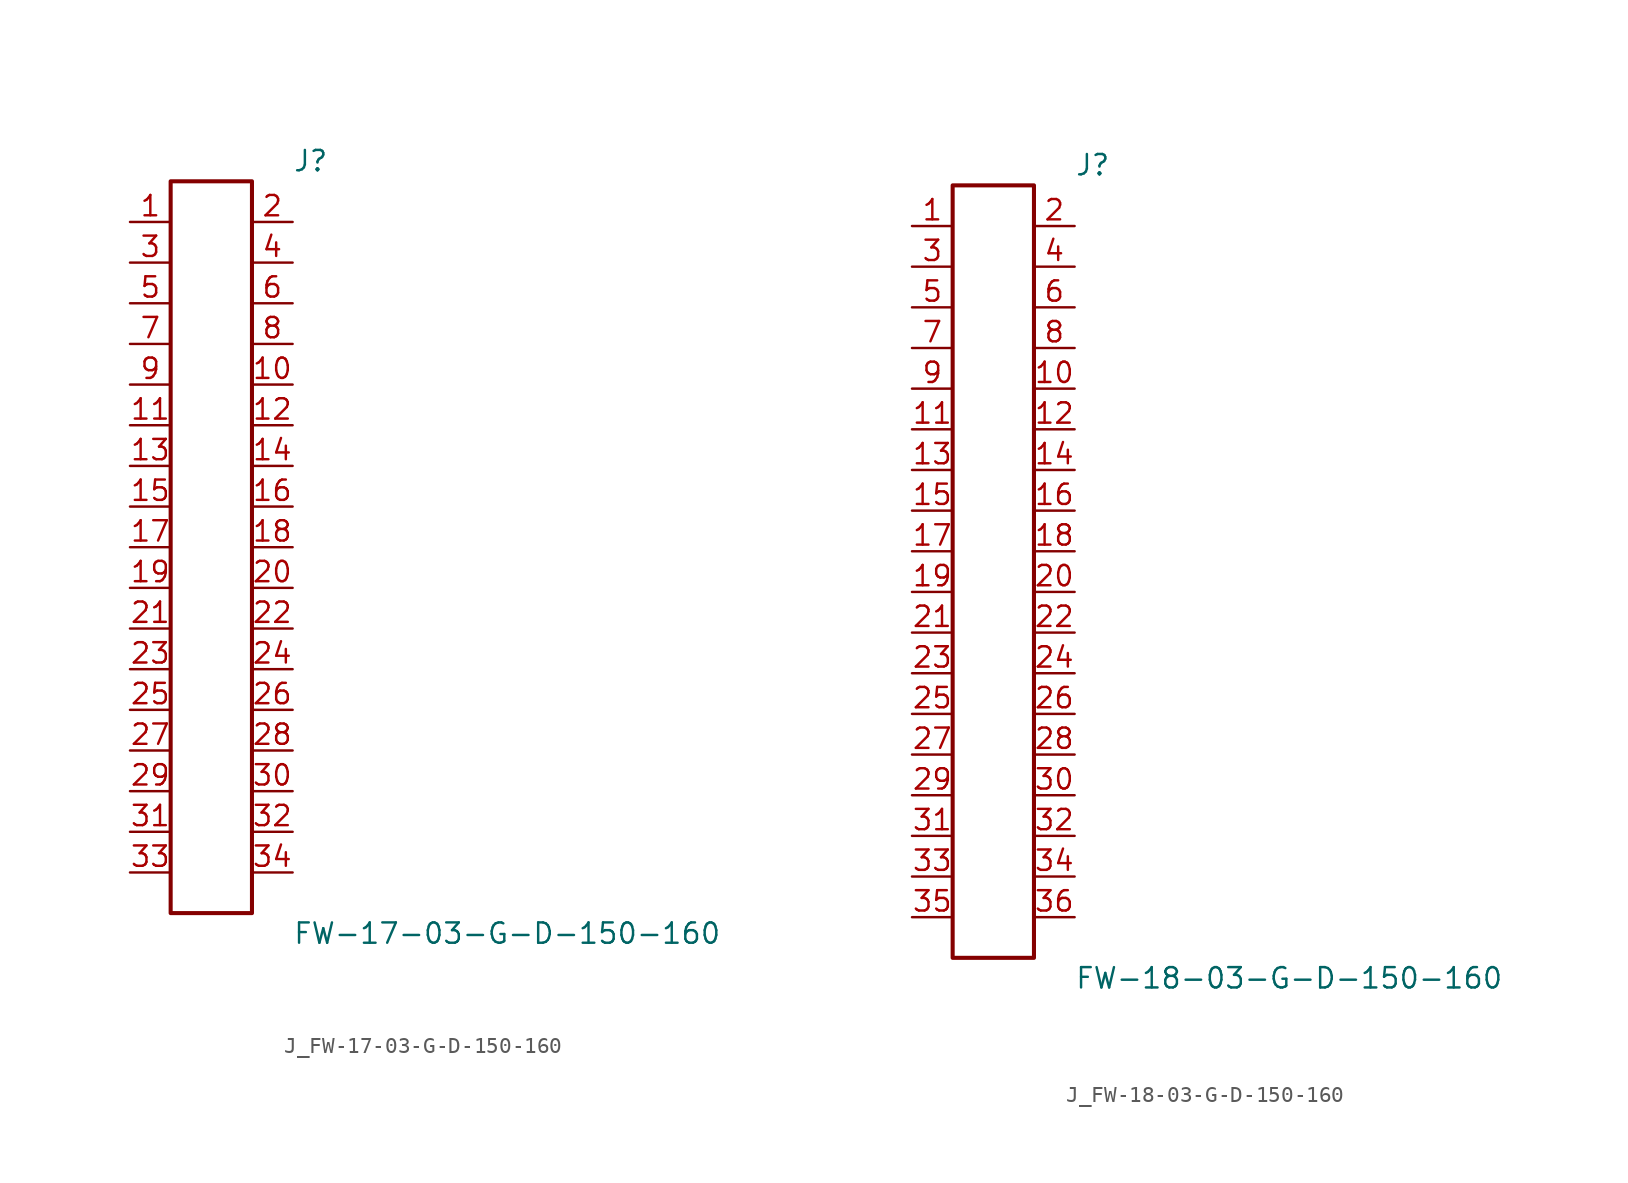
<source format=kicad_sym>
(kicad_symbol_lib
  (version 20231120)
  (generator kicad_symbol_editor)
  (generator_version 8.0)
  (symbol "J_FW-17-03-G-D-150-160"
    (pin_names
      (offset 0.254))
    (property "Reference" "J"
      (at 5.08 24.13 0)
      (effects (font (size 1.27 1.27)) (justify left)))
    (property "Value" "FW-17-03-G-D-150-160"
      (at 5.08 -24.13 0)
      (effects (font (size 1.27 1.27)) (justify left)))
    (symbol "J_FW-17-03-G-D-150-160_0_0"
      (pin passive line (at -5.08 20.32 0) (length 2.54) (name "" (effects (font (size 1.27 1.27)))) (number "1" (effects (font (size 1.27 1.27)))))
      (pin passive line (at 5.08 20.32 180) (length 2.54) (name "" (effects (font (size 1.27 1.27)))) (number "2" (effects (font (size 1.27 1.27)))))
      (pin passive line (at -5.08 17.78 0) (length 2.54) (name "" (effects (font (size 1.27 1.27)))) (number "3" (effects (font (size 1.27 1.27)))))
      (pin passive line (at 5.08 17.78 180) (length 2.54) (name "" (effects (font (size 1.27 1.27)))) (number "4" (effects (font (size 1.27 1.27)))))
      (pin passive line (at -5.08 15.24 0) (length 2.54) (name "" (effects (font (size 1.27 1.27)))) (number "5" (effects (font (size 1.27 1.27)))))
      (pin passive line (at 5.08 15.24 180) (length 2.54) (name "" (effects (font (size 1.27 1.27)))) (number "6" (effects (font (size 1.27 1.27)))))
      (pin passive line (at -5.08 12.7 0) (length 2.54) (name "" (effects (font (size 1.27 1.27)))) (number "7" (effects (font (size 1.27 1.27)))))
      (pin passive line (at 5.08 12.7 180) (length 2.54) (name "" (effects (font (size 1.27 1.27)))) (number "8" (effects (font (size 1.27 1.27)))))
      (pin passive line (at -5.08 10.16 0) (length 2.54) (name "" (effects (font (size 1.27 1.27)))) (number "9" (effects (font (size 1.27 1.27)))))
      (pin passive line (at 5.08 10.16 180) (length 2.54) (name "" (effects (font (size 1.27 1.27)))) (number "10" (effects (font (size 1.27 1.27)))))
      (pin passive line (at -5.08 7.62 0) (length 2.54) (name "" (effects (font (size 1.27 1.27)))) (number "11" (effects (font (size 1.27 1.27)))))
      (pin passive line (at 5.08 7.62 180) (length 2.54) (name "" (effects (font (size 1.27 1.27)))) (number "12" (effects (font (size 1.27 1.27)))))
      (pin passive line (at -5.08 5.08 0) (length 2.54) (name "" (effects (font (size 1.27 1.27)))) (number "13" (effects (font (size 1.27 1.27)))))
      (pin passive line (at 5.08 5.08 180) (length 2.54) (name "" (effects (font (size 1.27 1.27)))) (number "14" (effects (font (size 1.27 1.27)))))
      (pin passive line (at -5.08 2.54 0) (length 2.54) (name "" (effects (font (size 1.27 1.27)))) (number "15" (effects (font (size 1.27 1.27)))))
      (pin passive line (at 5.08 2.54 180) (length 2.54) (name "" (effects (font (size 1.27 1.27)))) (number "16" (effects (font (size 1.27 1.27)))))
      (pin passive line (at -5.08 0.0 0) (length 2.54) (name "" (effects (font (size 1.27 1.27)))) (number "17" (effects (font (size 1.27 1.27)))))
      (pin passive line (at 5.08 0.0 180) (length 2.54) (name "" (effects (font (size 1.27 1.27)))) (number "18" (effects (font (size 1.27 1.27)))))
      (pin passive line (at -5.08 -2.54 0) (length 2.54) (name "" (effects (font (size 1.27 1.27)))) (number "19" (effects (font (size 1.27 1.27)))))
      (pin passive line (at 5.08 -2.54 180) (length 2.54) (name "" (effects (font (size 1.27 1.27)))) (number "20" (effects (font (size 1.27 1.27)))))
      (pin passive line (at -5.08 -5.08 0) (length 2.54) (name "" (effects (font (size 1.27 1.27)))) (number "21" (effects (font (size 1.27 1.27)))))
      (pin passive line (at 5.08 -5.08 180) (length 2.54) (name "" (effects (font (size 1.27 1.27)))) (number "22" (effects (font (size 1.27 1.27)))))
      (pin passive line (at -5.08 -7.62 0) (length 2.54) (name "" (effects (font (size 1.27 1.27)))) (number "23" (effects (font (size 1.27 1.27)))))
      (pin passive line (at 5.08 -7.62 180) (length 2.54) (name "" (effects (font (size 1.27 1.27)))) (number "24" (effects (font (size 1.27 1.27)))))
      (pin passive line (at -5.08 -10.16 0) (length 2.54) (name "" (effects (font (size 1.27 1.27)))) (number "25" (effects (font (size 1.27 1.27)))))
      (pin passive line (at 5.08 -10.16 180) (length 2.54) (name "" (effects (font (size 1.27 1.27)))) (number "26" (effects (font (size 1.27 1.27)))))
      (pin passive line (at -5.08 -12.7 0) (length 2.54) (name "" (effects (font (size 1.27 1.27)))) (number "27" (effects (font (size 1.27 1.27)))))
      (pin passive line (at 5.08 -12.7 180) (length 2.54) (name "" (effects (font (size 1.27 1.27)))) (number "28" (effects (font (size 1.27 1.27)))))
      (pin passive line (at -5.08 -15.24 0) (length 2.54) (name "" (effects (font (size 1.27 1.27)))) (number "29" (effects (font (size 1.27 1.27)))))
      (pin passive line (at 5.08 -15.24 180) (length 2.54) (name "" (effects (font (size 1.27 1.27)))) (number "30" (effects (font (size 1.27 1.27)))))
      (pin passive line (at -5.08 -17.78 0) (length 2.54) (name "" (effects (font (size 1.27 1.27)))) (number "31" (effects (font (size 1.27 1.27)))))
      (pin passive line (at 5.08 -17.78 180) (length 2.54) (name "" (effects (font (size 1.27 1.27)))) (number "32" (effects (font (size 1.27 1.27)))))
      (pin passive line (at -5.08 -20.32 0) (length 2.54) (name "" (effects (font (size 1.27 1.27)))) (number "33" (effects (font (size 1.27 1.27)))))
      (pin passive line (at 5.08 -20.32 180) (length 2.54) (name "" (effects (font (size 1.27 1.27)))) (number "34" (effects (font (size 1.27 1.27))))))
    (symbol "J_FW-17-03-G-D-150-160_1_0"
      (rectangle (start -2.54 22.86) (end 2.54 -22.86) (stroke (width 0.254) (type solid)) (fill (type none)))))
  (symbol "J_FW-18-03-G-D-150-160"
    (pin_names
      (offset 0.254))
    (property "Reference" "J"
      (at 5.08 25.4 0)
      (effects (font (size 1.27 1.27)) (justify left)))
    (property "Value" "FW-18-03-G-D-150-160"
      (at 5.08 -25.4 0)
      (effects (font (size 1.27 1.27)) (justify left)))
    (symbol "J_FW-18-03-G-D-150-160_0_0"
      (pin passive line (at -5.08 21.59 0) (length 2.54) (name "" (effects (font (size 1.27 1.27)))) (number "1" (effects (font (size 1.27 1.27)))))
      (pin passive line (at 5.08 21.59 180) (length 2.54) (name "" (effects (font (size 1.27 1.27)))) (number "2" (effects (font (size 1.27 1.27)))))
      (pin passive line (at -5.08 19.05 0) (length 2.54) (name "" (effects (font (size 1.27 1.27)))) (number "3" (effects (font (size 1.27 1.27)))))
      (pin passive line (at 5.08 19.05 180) (length 2.54) (name "" (effects (font (size 1.27 1.27)))) (number "4" (effects (font (size 1.27 1.27)))))
      (pin passive line (at -5.08 16.51 0) (length 2.54) (name "" (effects (font (size 1.27 1.27)))) (number "5" (effects (font (size 1.27 1.27)))))
      (pin passive line (at 5.08 16.51 180) (length 2.54) (name "" (effects (font (size 1.27 1.27)))) (number "6" (effects (font (size 1.27 1.27)))))
      (pin passive line (at -5.08 13.97 0) (length 2.54) (name "" (effects (font (size 1.27 1.27)))) (number "7" (effects (font (size 1.27 1.27)))))
      (pin passive line (at 5.08 13.97 180) (length 2.54) (name "" (effects (font (size 1.27 1.27)))) (number "8" (effects (font (size 1.27 1.27)))))
      (pin passive line (at -5.08 11.43 0) (length 2.54) (name "" (effects (font (size 1.27 1.27)))) (number "9" (effects (font (size 1.27 1.27)))))
      (pin passive line (at 5.08 11.43 180) (length 2.54) (name "" (effects (font (size 1.27 1.27)))) (number "10" (effects (font (size 1.27 1.27)))))
      (pin passive line (at -5.08 8.89 0) (length 2.54) (name "" (effects (font (size 1.27 1.27)))) (number "11" (effects (font (size 1.27 1.27)))))
      (pin passive line (at 5.08 8.89 180) (length 2.54) (name "" (effects (font (size 1.27 1.27)))) (number "12" (effects (font (size 1.27 1.27)))))
      (pin passive line (at -5.08 6.35 0) (length 2.54) (name "" (effects (font (size 1.27 1.27)))) (number "13" (effects (font (size 1.27 1.27)))))
      (pin passive line (at 5.08 6.35 180) (length 2.54) (name "" (effects (font (size 1.27 1.27)))) (number "14" (effects (font (size 1.27 1.27)))))
      (pin passive line (at -5.08 3.81 0) (length 2.54) (name "" (effects (font (size 1.27 1.27)))) (number "15" (effects (font (size 1.27 1.27)))))
      (pin passive line (at 5.08 3.81 180) (length 2.54) (name "" (effects (font (size 1.27 1.27)))) (number "16" (effects (font (size 1.27 1.27)))))
      (pin passive line (at -5.08 1.27 0) (length 2.54) (name "" (effects (font (size 1.27 1.27)))) (number "17" (effects (font (size 1.27 1.27)))))
      (pin passive line (at 5.08 1.27 180) (length 2.54) (name "" (effects (font (size 1.27 1.27)))) (number "18" (effects (font (size 1.27 1.27)))))
      (pin passive line (at -5.08 -1.27 0) (length 2.54) (name "" (effects (font (size 1.27 1.27)))) (number "19" (effects (font (size 1.27 1.27)))))
      (pin passive line (at 5.08 -1.27 180) (length 2.54) (name "" (effects (font (size 1.27 1.27)))) (number "20" (effects (font (size 1.27 1.27)))))
      (pin passive line (at -5.08 -3.81 0) (length 2.54) (name "" (effects (font (size 1.27 1.27)))) (number "21" (effects (font (size 1.27 1.27)))))
      (pin passive line (at 5.08 -3.81 180) (length 2.54) (name "" (effects (font (size 1.27 1.27)))) (number "22" (effects (font (size 1.27 1.27)))))
      (pin passive line (at -5.08 -6.35 0) (length 2.54) (name "" (effects (font (size 1.27 1.27)))) (number "23" (effects (font (size 1.27 1.27)))))
      (pin passive line (at 5.08 -6.35 180) (length 2.54) (name "" (effects (font (size 1.27 1.27)))) (number "24" (effects (font (size 1.27 1.27)))))
      (pin passive line (at -5.08 -8.89 0) (length 2.54) (name "" (effects (font (size 1.27 1.27)))) (number "25" (effects (font (size 1.27 1.27)))))
      (pin passive line (at 5.08 -8.89 180) (length 2.54) (name "" (effects (font (size 1.27 1.27)))) (number "26" (effects (font (size 1.27 1.27)))))
      (pin passive line (at -5.08 -11.43 0) (length 2.54) (name "" (effects (font (size 1.27 1.27)))) (number "27" (effects (font (size 1.27 1.27)))))
      (pin passive line (at 5.08 -11.43 180) (length 2.54) (name "" (effects (font (size 1.27 1.27)))) (number "28" (effects (font (size 1.27 1.27)))))
      (pin passive line (at -5.08 -13.97 0) (length 2.54) (name "" (effects (font (size 1.27 1.27)))) (number "29" (effects (font (size 1.27 1.27)))))
      (pin passive line (at 5.08 -13.97 180) (length 2.54) (name "" (effects (font (size 1.27 1.27)))) (number "30" (effects (font (size 1.27 1.27)))))
      (pin passive line (at -5.08 -16.51 0) (length 2.54) (name "" (effects (font (size 1.27 1.27)))) (number "31" (effects (font (size 1.27 1.27)))))
      (pin passive line (at 5.08 -16.51 180) (length 2.54) (name "" (effects (font (size 1.27 1.27)))) (number "32" (effects (font (size 1.27 1.27)))))
      (pin passive line (at -5.08 -19.05 0) (length 2.54) (name "" (effects (font (size 1.27 1.27)))) (number "33" (effects (font (size 1.27 1.27)))))
      (pin passive line (at 5.08 -19.05 180) (length 2.54) (name "" (effects (font (size 1.27 1.27)))) (number "34" (effects (font (size 1.27 1.27)))))
      (pin passive line (at -5.08 -21.59 0) (length 2.54) (name "" (effects (font (size 1.27 1.27)))) (number "35" (effects (font (size 1.27 1.27)))))
      (pin passive line (at 5.08 -21.59 180) (length 2.54) (name "" (effects (font (size 1.27 1.27)))) (number "36" (effects (font (size 1.27 1.27))))))
    (symbol "J_FW-18-03-G-D-150-160_1_0"
      (rectangle (start -2.54 24.13) (end 2.54 -24.13) (stroke (width 0.254) (type solid)) (fill (type none))))))
</source>
